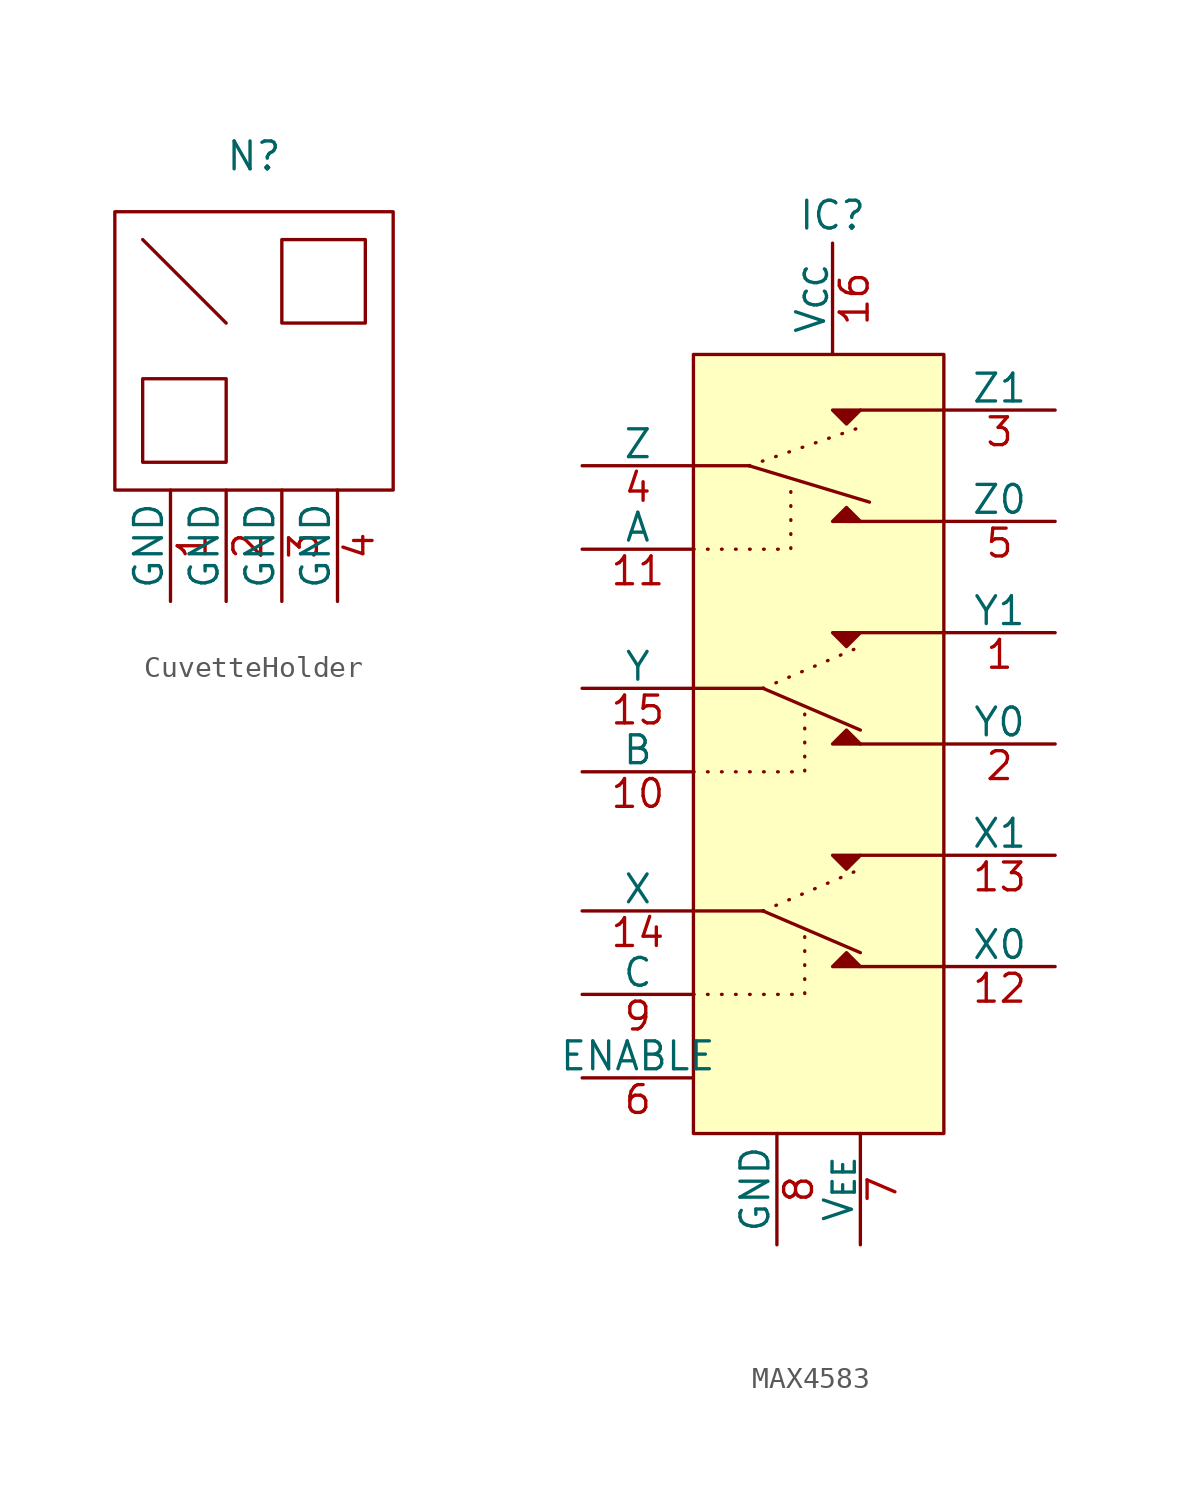
<source format=kicad_sym>
(kicad_symbol_lib
  (version 20220914)
  (generator kicad_symbol_editor)
  (symbol "CuvetteHolder"
    (pin_names
      (offset 0))
    (property "Reference" "N"
      (at 0 8.89 0)
      (effects (font (size 1.27 1.27))))
    (symbol "CuvetteHolder_0_1"
      (rectangle (start -6.35 6.35) (end 6.35 -6.35) (stroke (width 0) (type default)) (fill (type none)))
      (rectangle (start -5.08 -1.27) (end -1.27 -5.08) (stroke (width 0) (type default)) (fill (type none)))
      (polyline (pts (xy -5.08 5.08) (xy -1.27 1.27)) (stroke (width 0) (type default)) (fill (type none)))
      (rectangle (start 1.27 5.08) (end 5.08 1.27) (stroke (width 0) (type default)) (fill (type none))))
    (symbol "CuvetteHolder_1_1"
      (pin power_in line (at -3.81 -6.35 270) (length 5.08) (name "GND" (effects (font (size 1.27 1.27)))) (number "1" (effects (font (size 1.27 1.27)))))
      (pin power_in line (at -1.27 -6.35 270) (length 5.08) (name "GND" (effects (font (size 1.27 1.27)))) (number "2" (effects (font (size 1.27 1.27)))))
      (pin power_in line (at 1.27 -6.35 270) (length 5.08) (name "GND" (effects (font (size 1.27 1.27)))) (number "3" (effects (font (size 1.27 1.27)))))
      (pin power_in line (at 3.81 -6.35 270) (length 5.08) (name "GND" (effects (font (size 1.27 1.27)))) (number "4" (effects (font (size 1.27 1.27)))))))
  (symbol "MAX4583"
    (pin_names
      (offset 0))
    (property "Reference" "IC"
      (at 0 21.59 0)
      (effects (font (size 1.27 1.27))))
    (property "Value" ""
      (at -8.89 3.175 90)
      (effects (font (size 1.27 1.27))))
    (symbol "MAX4583_0_1"
      (polyline (pts (xy -6.35 -10.16) (xy -3.175 -10.16)) (stroke (width 0) (type default)) (fill (type none)))
      (polyline (pts (xy -6.35 0) (xy -3.175 0)) (stroke (width 0) (type default)) (fill (type none)))
      (polyline (pts (xy -6.35 10.16) (xy -3.81 10.16)) (stroke (width 0) (type default)) (fill (type none)))
      (polyline (pts (xy 5.08 -12.7) (xy 1.27 -12.7)) (stroke (width 0) (type default)) (fill (type none)))
      (polyline (pts (xy 5.08 -7.62) (xy 1.27 -7.62)) (stroke (width 0) (type default)) (fill (type none)))
      (polyline (pts (xy 5.08 -2.54) (xy 1.27 -2.54)) (stroke (width 0) (type default)) (fill (type none)))
      (polyline (pts (xy 5.08 2.54) (xy 1.27 2.54)) (stroke (width 0) (type default)) (fill (type none)))
      (polyline (pts (xy 5.08 7.62) (xy 0.635 7.62)) (stroke (width 0) (type default)) (fill (type none)))
      (polyline (pts (xy 5.08 12.7) (xy 1.27 12.7)) (stroke (width 0) (type default)) (fill (type none))))
    (symbol "MAX4583_1_1"
      (rectangle (start -6.35 15.24) (end 5.08 -20.32) (stroke (width 0) (type default)) (fill (type background)))
      (polyline (pts (xy -3.81 10.16) (xy 1.304 11.925)) (stroke (width 0) (type dot)) (fill (type none)))
      (polyline (pts (xy -3.81 10.16) (xy 1.685 8.499)) (stroke (width 0) (type default)) (fill (type none)))
      (polyline (pts (xy -3.175 -10.16) (xy 1.27 -12.065)) (stroke (width 0) (type default)) (fill (type none)))
      (polyline (pts (xy -3.175 -10.16) (xy 1.27 -8.255)) (stroke (width 0) (type dot)) (fill (type none)))
      (polyline (pts (xy -3.175 0) (xy 1.27 -1.905)) (stroke (width 0) (type default)) (fill (type none)))
      (polyline (pts (xy -3.175 0) (xy 1.27 1.905)) (stroke (width 0) (type dot)) (fill (type none)))
      (polyline (pts (xy -6.35 -13.97) (xy -1.27 -13.97) (xy -1.27 -10.795)) (stroke (width 0) (type dot)) (fill (type none)))
      (polyline (pts (xy -6.35 -3.81) (xy -1.27 -3.81) (xy -1.27 -0.635)) (stroke (width 0) (type dot)) (fill (type none)))
      (polyline (pts (xy -6.35 6.35) (xy -1.905 6.35) (xy -1.905 9.525)) (stroke (width 0) (type dot)) (fill (type none)))
      (polyline (pts (xy 1.27 -12.7) (xy 0.635 -12.065) (xy 0 -12.7) (xy 1.27 -12.7)) (stroke (width 0) (type default)) (fill (type outline)))
      (polyline (pts (xy 1.27 -7.62) (xy 0.635 -8.255) (xy 0 -7.62) (xy 1.27 -7.62)) (stroke (width 0) (type default)) (fill (type outline)))
      (polyline (pts (xy 1.27 -2.54) (xy 0.635 -1.905) (xy 0 -2.54) (xy 1.27 -2.54)) (stroke (width 0) (type default)) (fill (type outline)))
      (polyline (pts (xy 1.27 2.54) (xy 0.635 1.905) (xy 0 2.54) (xy 1.27 2.54)) (stroke (width 0) (type default)) (fill (type outline)))
      (polyline (pts (xy 1.27 7.62) (xy 0.635 8.255) (xy 0 7.62) (xy 1.27 7.62)) (stroke (width 0) (type default)) (fill (type outline)))
      (polyline (pts (xy 1.27 12.7) (xy 0.635 12.065) (xy 0 12.7) (xy 1.27 12.7)) (stroke (width 0) (type default)) (fill (type outline)))
      (pin bidirectional line (at 10.16 2.54 180) (length 5.08) (name "Y1" (effects (font (size 1.27 1.27)))) (number "1" (effects (font (size 1.27 1.27)))))
      (pin input line (at -11.43 -3.81 0) (length 5.08) (name "B" (effects (font (size 1.27 1.27)))) (number "10" (effects (font (size 1.27 1.27)))))
      (pin input line (at -11.43 6.35 0) (length 5.08) (name "A" (effects (font (size 1.27 1.27)))) (number "11" (effects (font (size 1.27 1.27)))))
      (pin bidirectional line (at 10.16 -12.7 180) (length 5.08) (name "X0" (effects (font (size 1.27 1.27)))) (number "12" (effects (font (size 1.27 1.27)))))
      (pin bidirectional line (at 10.16 -7.62 180) (length 5.08) (name "X1" (effects (font (size 1.27 1.27)))) (number "13" (effects (font (size 1.27 1.27)))))
      (pin bidirectional line (at -11.43 -10.16 0) (length 5.08) (name "X" (effects (font (size 1.27 1.27)))) (number "14" (effects (font (size 1.27 1.27)))))
      (pin bidirectional line (at -11.43 0 0) (length 5.08) (name "Y" (effects (font (size 1.27 1.27)))) (number "15" (effects (font (size 1.27 1.27)))))
      (pin power_in line (at 0 20.32 270) (length 5.08) (name "V_{CC}" (effects (font (size 1.27 1.27)))) (number "16" (effects (font (size 1.27 1.27)))))
      (pin bidirectional line (at 10.16 -2.54 180) (length 5.08) (name "Y0" (effects (font (size 1.27 1.27)))) (number "2" (effects (font (size 1.27 1.27)))))
      (pin bidirectional line (at 10.16 12.7 180) (length 5.08) (name "Z1" (effects (font (size 1.27 1.27)))) (number "3" (effects (font (size 1.27 1.27)))))
      (pin bidirectional line (at -11.43 10.16 0) (length 5.08) (name "Z" (effects (font (size 1.27 1.27)))) (number "4" (effects (font (size 1.27 1.27)))))
      (pin bidirectional line (at 10.16 7.62 180) (length 5.08) (name "Z0" (effects (font (size 1.27 1.27)))) (number "5" (effects (font (size 1.27 1.27)))))
      (pin input line (at -11.43 -17.78 0) (length 5.08) (name "ENABLE" (effects (font (size 1.27 1.27)))) (number "6" (effects (font (size 1.27 1.27)))))
      (pin power_in line (at 1.27 -25.4 90) (length 5.08) (name "V_{EE}" (effects (font (size 1.27 1.27)))) (number "7" (effects (font (size 1.27 1.27)))))
      (pin power_in line (at -2.54 -25.4 90) (length 5.08) (name "GND" (effects (font (size 1.27 1.27)))) (number "8" (effects (font (size 1.27 1.27)))))
      (pin input line (at -11.43 -13.97 0) (length 5.08) (name "C" (effects (font (size 1.27 1.27)))) (number "9" (effects (font (size 1.27 1.27))))))))
</source>
